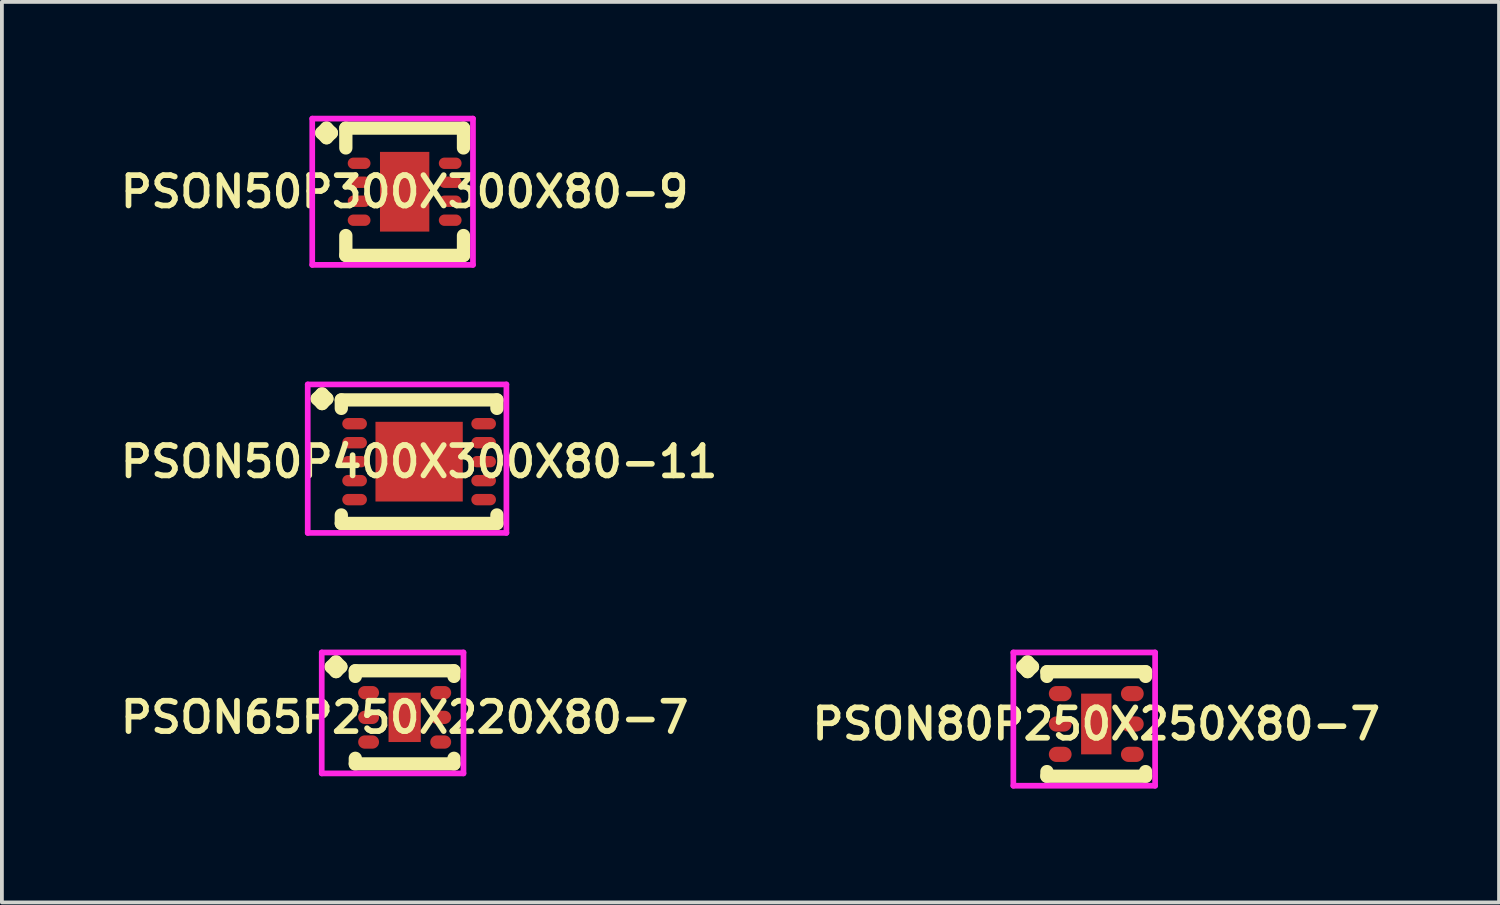
<source format=kicad_pcb>
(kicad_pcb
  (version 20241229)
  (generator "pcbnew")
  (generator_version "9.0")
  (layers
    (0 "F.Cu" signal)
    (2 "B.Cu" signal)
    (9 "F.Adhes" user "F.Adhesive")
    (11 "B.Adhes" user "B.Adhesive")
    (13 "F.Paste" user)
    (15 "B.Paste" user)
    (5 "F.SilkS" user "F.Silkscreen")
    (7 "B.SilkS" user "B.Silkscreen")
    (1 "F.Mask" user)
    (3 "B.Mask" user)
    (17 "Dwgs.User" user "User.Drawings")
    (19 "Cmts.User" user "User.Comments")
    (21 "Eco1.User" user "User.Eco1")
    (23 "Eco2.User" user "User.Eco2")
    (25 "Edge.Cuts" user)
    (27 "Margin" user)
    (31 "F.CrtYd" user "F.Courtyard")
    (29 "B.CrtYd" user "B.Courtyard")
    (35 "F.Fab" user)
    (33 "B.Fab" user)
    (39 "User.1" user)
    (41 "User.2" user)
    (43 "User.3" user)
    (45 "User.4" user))
  (footprint "PSON50P400X300X80-11"
    (layer "F.Cu")
    (at 7.993 9.114)
    (property "Reference" "PSON50P400X300X80-11" (at 0 0 0) (layer "F.SilkS") (effects (font (size 0.8 0.8) (thickness 0.15))))
    (attr smd)
    (fp_line (start -2.685 -1.658) (end -2.558 -1.785) (stroke (width 0.35) (type solid)) (layer "F.SilkS"))
    (fp_line (start -2.558 -1.785) (end -2.431 -1.658) (stroke (width 0.35) (type solid)) (layer "F.SilkS"))
    (fp_line (start -2.558 -1.531) (end -2.685 -1.658) (stroke (width 0.35) (type solid)) (layer "F.SilkS"))
    (fp_line (start -2.431 -1.658) (end -2.558 -1.531) (stroke (width 0.35) (type solid)) (layer "F.SilkS"))
    (fp_line (start -2.05 -1.627) (end 2.05 -1.627) (stroke (width 0.35) (type solid)) (layer "F.SilkS"))
    (fp_line (start -2.05 -1.404) (end -2.05 -1.627) (stroke (width 0.35) (type solid)) (layer "F.SilkS"))
    (fp_line (start -2.05 1.404) (end -2.05 1.627) (stroke (width 0.35) (type solid)) (layer "F.SilkS"))
    (fp_line (start -2.05 1.627) (end 2.05 1.627) (stroke (width 0.35) (type solid)) (layer "F.SilkS"))
    (fp_line (start 2.05 -1.627) (end 2.05 -1.404) (stroke (width 0.35) (type solid)) (layer "F.SilkS"))
    (fp_line (start 2.05 1.627) (end 2.05 1.404) (stroke (width 0.35) (type solid)) (layer "F.SilkS"))
    (fp_line (start -2.935 -2.035) (end 2.3 -2.035) (stroke (width 0.15) (type solid)) (layer "F.CrtYd"))
    (fp_line (start -2.935 1.877) (end -2.935 -2.035) (stroke (width 0.15) (type solid)) (layer "F.CrtYd"))
    (fp_line (start 2.3 -2.035) (end 2.3 1.877) (stroke (width 0.15) (type solid)) (layer "F.CrtYd"))
    (fp_line (start 2.3 1.877) (end -2.935 1.877) (stroke (width 0.15) (type solid)) (layer "F.CrtYd"))
    (pad "1" smd oval (at -1.7 -1) (size 0.65 0.3) (layers "F.Cu" "F.Mask" "F.Paste"))
    (pad "2" smd oval (at -1.7 -0.5) (size 0.65 0.3) (layers "F.Cu" "F.Mask" "F.Paste"))
    (pad "3" smd oval (at -1.7 0) (size 0.65 0.3) (layers "F.Cu" "F.Mask" "F.Paste"))
    (pad "4" smd oval (at -1.7 0.5) (size 0.65 0.3) (layers "F.Cu" "F.Mask" "F.Paste"))
    (pad "5" smd oval (at -1.7 1) (size 0.65 0.3) (layers "F.Cu" "F.Mask" "F.Paste"))
    (pad "6" smd oval (at 1.7 1) (size 0.65 0.3) (layers "F.Cu" "F.Mask" "F.Paste"))
    (pad "7" smd oval (at 1.7 0.5) (size 0.65 0.3) (layers "F.Cu" "F.Mask" "F.Paste"))
    (pad "8" smd oval (at 1.7 0) (size 0.65 0.3) (layers "F.Cu" "F.Mask" "F.Paste"))
    (pad "9" smd oval (at 1.7 -0.5) (size 0.65 0.3) (layers "F.Cu" "F.Mask" "F.Paste"))
    (pad "10" smd oval (at 1.7 -1) (size 0.65 0.3) (layers "F.Cu" "F.Mask" "F.Paste"))
    (pad "11" smd rect (at 0 0) (size 2.3 2.1) (layers "F.Cu" "F.Mask" "F.Paste")))
  (footprint "PSON50P300X300X80-9"
    (layer "F.Cu")
    (at 7.612 2.002)
    (property "Reference" "PSON50P300X300X80-9" (at 0 0 0) (layer "F.SilkS") (effects (font (size 0.8 0.8) (thickness 0.15))))
    (attr smd)
    (fp_line (start -2.185 -1.55) (end -2.058 -1.677) (stroke (width 0.35) (type solid)) (layer "F.SilkS"))
    (fp_line (start -2.058 -1.677) (end -1.931 -1.55) (stroke (width 0.35) (type solid)) (layer "F.SilkS"))
    (fp_line (start -2.058 -1.423) (end -2.185 -1.55) (stroke (width 0.35) (type solid)) (layer "F.SilkS"))
    (fp_line (start -1.931 -1.55) (end -2.058 -1.423) (stroke (width 0.35) (type solid)) (layer "F.SilkS"))
    (fp_line (start -1.55 -1.677) (end 1.55 -1.677) (stroke (width 0.35) (type solid)) (layer "F.SilkS"))
    (fp_line (start -1.55 -1.154) (end -1.55 -1.677) (stroke (width 0.35) (type solid)) (layer "F.SilkS"))
    (fp_line (start -1.55 1.154) (end -1.55 1.677) (stroke (width 0.35) (type solid)) (layer "F.SilkS"))
    (fp_line (start -1.55 1.677) (end 1.55 1.677) (stroke (width 0.35) (type solid)) (layer "F.SilkS"))
    (fp_line (start 1.55 -1.677) (end 1.55 -1.154) (stroke (width 0.35) (type solid)) (layer "F.SilkS"))
    (fp_line (start 1.55 1.677) (end 1.55 1.154) (stroke (width 0.35) (type solid)) (layer "F.SilkS"))
    (fp_line (start -2.435 -1.927) (end 1.8 -1.927) (stroke (width 0.15) (type solid)) (layer "F.CrtYd"))
    (fp_line (start -2.435 1.927) (end -2.435 -1.927) (stroke (width 0.15) (type solid)) (layer "F.CrtYd"))
    (fp_line (start 1.8 -1.927) (end 1.8 1.927) (stroke (width 0.15) (type solid)) (layer "F.CrtYd"))
    (fp_line (start 1.8 1.927) (end -2.435 1.927) (stroke (width 0.15) (type solid)) (layer "F.CrtYd"))
    (pad "1" smd oval (at -1.2 -0.75) (size 0.6 0.3) (layers "F.Cu" "F.Mask" "F.Paste"))
    (pad "2" smd oval (at -1.2 -0.25) (size 0.6 0.3) (layers "F.Cu" "F.Mask" "F.Paste"))
    (pad "3" smd oval (at -1.2 0.25) (size 0.6 0.3) (layers "F.Cu" "F.Mask" "F.Paste"))
    (pad "4" smd oval (at -1.2 0.75) (size 0.6 0.3) (layers "F.Cu" "F.Mask" "F.Paste"))
    (pad "5" smd oval (at 1.2 0.75) (size 0.6 0.3) (layers "F.Cu" "F.Mask" "F.Paste"))
    (pad "6" smd oval (at 1.2 0.25) (size 0.6 0.3) (layers "F.Cu" "F.Mask" "F.Paste"))
    (pad "7" smd oval (at 1.2 -0.25) (size 0.6 0.3) (layers "F.Cu" "F.Mask" "F.Paste"))
    (pad "8" smd oval (at 1.2 -0.75) (size 0.6 0.3) (layers "F.Cu" "F.Mask" "F.Paste"))
    (pad "9" smd rect (at 0 0) (size 1.3 2.1) (layers "F.Cu" "F.Mask" "F.Paste")))
  (footprint "PSON80P250X250X80-7"
    (layer "F.Cu")
    (at 25.835 16.026)
    (property "Reference" "PSON80P250X250X80-7" (at 0 0 0) (layer "F.SilkS") (effects (font (size 0.8 0.8) (thickness 0.15))))
    (attr smd)
    (fp_line (start -1.935 -1.508) (end -1.808 -1.635) (stroke (width 0.35) (type solid)) (layer "F.SilkS"))
    (fp_line (start -1.808 -1.635) (end -1.681 -1.508) (stroke (width 0.35) (type solid)) (layer "F.SilkS"))
    (fp_line (start -1.808 -1.381) (end -1.935 -1.508) (stroke (width 0.35) (type solid)) (layer "F.SilkS"))
    (fp_line (start -1.681 -1.508) (end -1.808 -1.381) (stroke (width 0.35) (type solid)) (layer "F.SilkS"))
    (fp_line (start -1.3 -1.377) (end 1.3 -1.377) (stroke (width 0.35) (type solid)) (layer "F.SilkS"))
    (fp_line (start -1.3 -1.254) (end -1.3 -1.377) (stroke (width 0.35) (type solid)) (layer "F.SilkS"))
    (fp_line (start -1.3 1.254) (end -1.3 1.377) (stroke (width 0.35) (type solid)) (layer "F.SilkS"))
    (fp_line (start -1.3 1.377) (end 1.3 1.377) (stroke (width 0.35) (type solid)) (layer "F.SilkS"))
    (fp_line (start 1.3 -1.377) (end 1.3 -1.254) (stroke (width 0.35) (type solid)) (layer "F.SilkS"))
    (fp_line (start 1.3 1.377) (end 1.3 1.254) (stroke (width 0.35) (type solid)) (layer "F.SilkS"))
    (fp_line (start -2.185 -1.885) (end 1.55 -1.885) (stroke (width 0.15) (type solid)) (layer "F.CrtYd"))
    (fp_line (start -2.185 1.627) (end -2.185 -1.885) (stroke (width 0.15) (type solid)) (layer "F.CrtYd"))
    (fp_line (start 1.55 -1.885) (end 1.55 1.627) (stroke (width 0.15) (type solid)) (layer "F.CrtYd"))
    (fp_line (start 1.55 1.627) (end -2.185 1.627) (stroke (width 0.15) (type solid)) (layer "F.CrtYd"))
    (pad "1" smd oval (at -0.95 -0.8) (size 0.6 0.4) (layers "F.Cu" "F.Mask" "F.Paste"))
    (pad "2" smd oval (at -0.95 0) (size 0.6 0.4) (layers "F.Cu" "F.Mask" "F.Paste"))
    (pad "3" smd oval (at -0.95 0.8) (size 0.6 0.4) (layers "F.Cu" "F.Mask" "F.Paste"))
    (pad "4" smd oval (at 0.95 0.8) (size 0.6 0.4) (layers "F.Cu" "F.Mask" "F.Paste"))
    (pad "5" smd oval (at 0.95 0) (size 0.6 0.4) (layers "F.Cu" "F.Mask" "F.Paste"))
    (pad "6" smd oval (at 0.95 -0.8) (size 0.6 0.4) (layers "F.Cu" "F.Mask" "F.Paste"))
    (pad "7" smd rect (at 0 0) (size 0.8 1.6) (layers "F.Cu" "F.Mask" "F.Paste")))
  (footprint "PSON65P250X220X80-7"
    (layer "F.Cu")
    (at 7.612 15.851)
    (property "Reference" "PSON65P250X220X80-7" (at 0 0 0) (layer "F.SilkS") (effects (font (size 0.8 0.8) (thickness 0.15))))
    (attr smd)
    (fp_line (start -1.935 -1.333) (end -1.808 -1.46) (stroke (width 0.35) (type solid)) (layer "F.SilkS"))
    (fp_line (start -1.808 -1.46) (end -1.681 -1.333) (stroke (width 0.35) (type solid)) (layer "F.SilkS"))
    (fp_line (start -1.808 -1.206) (end -1.935 -1.333) (stroke (width 0.35) (type solid)) (layer "F.SilkS"))
    (fp_line (start -1.681 -1.333) (end -1.808 -1.206) (stroke (width 0.35) (type solid)) (layer "F.SilkS"))
    (fp_line (start -1.3 -1.227) (end 1.3 -1.227) (stroke (width 0.35) (type solid)) (layer "F.SilkS"))
    (fp_line (start -1.3 -1.079) (end -1.3 -1.227) (stroke (width 0.35) (type solid)) (layer "F.SilkS"))
    (fp_line (start -1.3 1.079) (end -1.3 1.227) (stroke (width 0.35) (type solid)) (layer "F.SilkS"))
    (fp_line (start -1.3 1.227) (end 1.3 1.227) (stroke (width 0.35) (type solid)) (layer "F.SilkS"))
    (fp_line (start 1.3 -1.227) (end 1.3 -1.079) (stroke (width 0.35) (type solid)) (layer "F.SilkS"))
    (fp_line (start 1.3 1.227) (end 1.3 1.079) (stroke (width 0.35) (type solid)) (layer "F.SilkS"))
    (fp_line (start -2.185 -1.71) (end 1.55 -1.71) (stroke (width 0.15) (type solid)) (layer "F.CrtYd"))
    (fp_line (start -2.185 1.477) (end -2.185 -1.71) (stroke (width 0.15) (type solid)) (layer "F.CrtYd"))
    (fp_line (start 1.55 -1.71) (end 1.55 1.477) (stroke (width 0.15) (type solid)) (layer "F.CrtYd"))
    (fp_line (start 1.55 1.477) (end -2.185 1.477) (stroke (width 0.15) (type solid)) (layer "F.CrtYd"))
    (pad "1" smd oval (at -0.95 -0.65) (size 0.55 0.35) (layers "F.Cu" "F.Mask" "F.Paste"))
    (pad "2" smd oval (at -0.95 0) (size 0.55 0.35) (layers "F.Cu" "F.Mask" "F.Paste"))
    (pad "3" smd oval (at -0.95 0.65) (size 0.55 0.35) (layers "F.Cu" "F.Mask" "F.Paste"))
    (pad "4" smd oval (at 0.95 0.65) (size 0.55 0.35) (layers "F.Cu" "F.Mask" "F.Paste"))
    (pad "5" smd oval (at 0.95 0) (size 0.55 0.35) (layers "F.Cu" "F.Mask" "F.Paste"))
    (pad "6" smd oval (at 0.95 -0.65) (size 0.55 0.35) (layers "F.Cu" "F.Mask" "F.Paste"))
    (pad "7" smd rect (at 0 0) (size 0.85 1.3) (layers "F.Cu" "F.Mask" "F.Paste")))
  (gr_rect
    (start -3 -3)
    (end 36.447 20.728)
    (stroke (width 0.1) (type default))
    (fill no)
    (layer "Edge.Cuts")))
</source>
